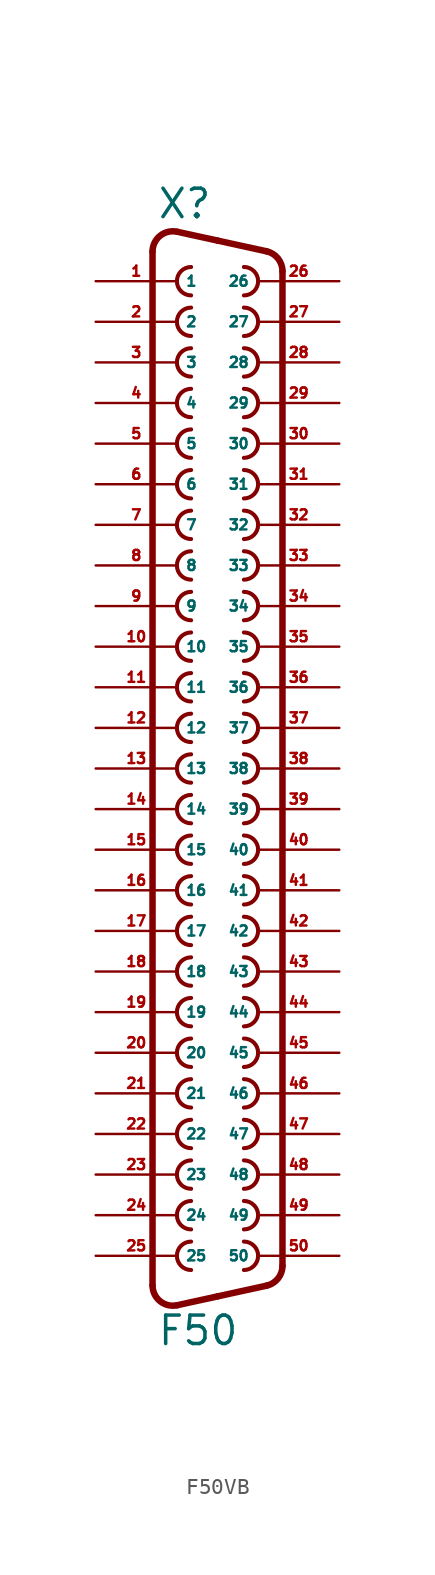
<source format=kicad_sym>
(kicad_symbol_lib
  (version 20220914)
  (generator Eagle2Kicad)
  (symbol "F50VB"
    (property "Reference" "X"
      (at -3.81 31.75 0)
      (effects (font (size 1.778 1.778) (thickness 0.22)) (justify left bottom)))
    (property "Value" "F50"
      (at -3.81 -38.735 0)
      (effects (font (size 1.778 1.778) (thickness 0.22)) (justify left bottom)))
    (arc
      (start -1.651 28.829)
      (mid -2.540 27.940)
      (end -1.651 27.051)
      (stroke (width 0.254) (type default))
      (fill (type none)))
    (arc
      (start 1.651 6.731)
      (mid 2.540 7.620)
      (end 1.651 8.509)
      (stroke (width 0.254) (type default))
      (fill (type none)))
    (arc
      (start -1.651 -14.351)
      (mid -2.540 -15.240)
      (end -1.651 -16.129)
      (stroke (width 0.254) (type default))
      (fill (type none)))
    (arc
      (start 1.651 4.191)
      (mid 2.540 5.080)
      (end 1.651 5.969)
      (stroke (width 0.254) (type default))
      (fill (type none)))
    (arc
      (start -1.651 26.289)
      (mid -2.540 25.400)
      (end -1.651 24.511)
      (stroke (width 0.254) (type default))
      (fill (type none)))
    (arc
      (start -1.651 23.749)
      (mid -2.540 22.860)
      (end -1.651 21.971)
      (stroke (width 0.254) (type default))
      (fill (type none)))
    (arc
      (start -1.651 -19.431)
      (mid -2.540 -20.320)
      (end -1.651 -21.209)
      (stroke (width 0.254) (type default))
      (fill (type none)))
    (arc
      (start 1.651 1.651)
      (mid 2.540 2.540)
      (end 1.651 3.429)
      (stroke (width 0.254) (type default))
      (fill (type none)))
    (arc
      (start -1.651 -21.971)
      (mid -2.540 -22.860)
      (end -1.651 -23.749)
      (stroke (width 0.254) (type default))
      (fill (type none)))
    (arc
      (start -1.651 21.209)
      (mid -2.540 20.320)
      (end -1.651 19.431)
      (stroke (width 0.254) (type default))
      (fill (type none)))
    (arc
      (start 1.651 -0.889)
      (mid 2.540 0.000)
      (end 1.651 0.889)
      (stroke (width 0.254) (type default))
      (fill (type none)))
    (arc
      (start -1.651 -16.891)
      (mid -2.540 -17.780)
      (end -1.651 -18.669)
      (stroke (width 0.254) (type default))
      (fill (type none)))
    (arc
      (start -1.651 18.669)
      (mid -2.540 17.780)
      (end -1.651 16.891)
      (stroke (width 0.254) (type default))
      (fill (type none)))
    (arc
      (start 1.651 -3.429)
      (mid 2.540 -2.540)
      (end 1.651 -1.651)
      (stroke (width 0.254) (type default))
      (fill (type none)))
    (arc
      (start -1.651 -24.511)
      (mid -2.540 -25.400)
      (end -1.651 -26.289)
      (stroke (width 0.254) (type default))
      (fill (type none)))
    (arc
      (start 1.651 -5.969)
      (mid 2.540 -5.080)
      (end 1.651 -4.191)
      (stroke (width 0.254) (type default))
      (fill (type none)))
    (arc
      (start -1.651 16.129)
      (mid -2.540 15.240)
      (end -1.651 14.351)
      (stroke (width 0.254) (type default))
      (fill (type none)))
    (arc
      (start -1.651 -27.051)
      (mid -2.540 -27.940)
      (end -1.651 -28.829)
      (stroke (width 0.254) (type default))
      (fill (type none)))
    (arc
      (start -1.651 13.589)
      (mid -2.540 12.700)
      (end -1.651 11.811)
      (stroke (width 0.254) (type default))
      (fill (type none)))
    (arc
      (start 1.651 -8.509)
      (mid 2.540 -7.620)
      (end 1.651 -6.731)
      (stroke (width 0.254) (type default))
      (fill (type none)))
    (arc
      (start -1.651 -29.591)
      (mid -2.540 -30.480)
      (end -1.651 -31.369)
      (stroke (width 0.254) (type default))
      (fill (type none)))
    (arc
      (start -1.651 11.049)
      (mid -2.540 10.160)
      (end -1.651 9.271)
      (stroke (width 0.254) (type default))
      (fill (type none)))
    (arc
      (start 1.651 -11.049)
      (mid 2.540 -10.160)
      (end 1.651 -9.271)
      (stroke (width 0.254) (type default))
      (fill (type none)))
    (arc
      (start -1.651 -32.131)
      (mid -2.540 -33.020)
      (end -1.651 -33.909)
      (stroke (width 0.254) (type default))
      (fill (type none)))
    (arc
      (start -1.651 8.509)
      (mid -2.540 7.620)
      (end -1.651 6.731)
      (stroke (width 0.254) (type default))
      (fill (type none)))
    (arc
      (start 1.651 -13.589)
      (mid 2.540 -12.700)
      (end 1.651 -11.811)
      (stroke (width 0.254) (type default))
      (fill (type none)))
    (arc
      (start 1.651 27.051)
      (mid 2.540 27.940)
      (end 1.651 28.829)
      (stroke (width 0.254) (type default))
      (fill (type none)))
    (arc
      (start -1.651 5.969)
      (mid -2.540 5.080)
      (end -1.651 4.191)
      (stroke (width 0.254) (type default))
      (fill (type none)))
    (arc
      (start 1.651 -16.129)
      (mid 2.540 -15.240)
      (end 1.651 -14.351)
      (stroke (width 0.254) (type default))
      (fill (type none)))
    (arc
      (start 1.651 24.511)
      (mid 2.540 25.400)
      (end 1.651 26.289)
      (stroke (width 0.254) (type default))
      (fill (type none)))
    (arc
      (start -1.651 3.429)
      (mid -2.540 2.540)
      (end -1.651 1.651)
      (stroke (width 0.254) (type default))
      (fill (type none)))
    (arc
      (start 1.651 -18.669)
      (mid 2.540 -17.780)
      (end 1.651 -16.891)
      (stroke (width 0.254) (type default))
      (fill (type none)))
    (arc
      (start 1.651 21.971)
      (mid 2.540 22.860)
      (end 1.651 23.749)
      (stroke (width 0.254) (type default))
      (fill (type none)))
    (arc
      (start -1.651 0.889)
      (mid -2.540 0.000)
      (end -1.651 -0.889)
      (stroke (width 0.254) (type default))
      (fill (type none)))
    (arc
      (start 1.651 -21.209)
      (mid 2.540 -20.320)
      (end 1.651 -19.431)
      (stroke (width 0.254) (type default))
      (fill (type none)))
    (arc
      (start 1.651 19.431)
      (mid 2.540 20.320)
      (end 1.651 21.209)
      (stroke (width 0.254) (type default))
      (fill (type none)))
    (arc
      (start -1.651 -1.651)
      (mid -2.540 -2.540)
      (end -1.651 -3.429)
      (stroke (width 0.254) (type default))
      (fill (type none)))
    (arc
      (start 1.651 -23.749)
      (mid 2.540 -22.860)
      (end 1.651 -21.971)
      (stroke (width 0.254) (type default))
      (fill (type none)))
    (arc
      (start 1.651 16.891)
      (mid 2.540 17.780)
      (end 1.651 18.669)
      (stroke (width 0.254) (type default))
      (fill (type none)))
    (arc
      (start -1.651 -4.191)
      (mid -2.540 -5.080)
      (end -1.651 -5.969)
      (stroke (width 0.254) (type default))
      (fill (type none)))
    (arc
      (start 1.651 -26.289)
      (mid 2.540 -25.400)
      (end 1.651 -24.511)
      (stroke (width 0.254) (type default))
      (fill (type none)))
    (arc
      (start 1.651 14.351)
      (mid 2.540 15.240)
      (end 1.651 16.129)
      (stroke (width 0.254) (type default))
      (fill (type none)))
    (arc
      (start -1.651 -6.731)
      (mid -2.540 -7.620)
      (end -1.651 -8.509)
      (stroke (width 0.254) (type default))
      (fill (type none)))
    (arc
      (start 1.651 -28.829)
      (mid 2.540 -27.940)
      (end 1.651 -27.051)
      (stroke (width 0.254) (type default))
      (fill (type none)))
    (arc
      (start 1.651 11.811)
      (mid 2.540 12.700)
      (end 1.651 13.589)
      (stroke (width 0.254) (type default))
      (fill (type none)))
    (arc
      (start -1.651 -9.271)
      (mid -2.540 -10.160)
      (end -1.651 -11.049)
      (stroke (width 0.254) (type default))
      (fill (type none)))
    (arc
      (start 1.651 -31.369)
      (mid 2.540 -30.480)
      (end 1.651 -29.591)
      (stroke (width 0.254) (type default))
      (fill (type none)))
    (arc
      (start 1.651 9.271)
      (mid 2.540 10.160)
      (end 1.651 11.049)
      (stroke (width 0.254) (type default))
      (fill (type none)))
    (arc
      (start -1.651 -11.811)
      (mid -2.540 -12.700)
      (end -1.651 -13.589)
      (stroke (width 0.254) (type default))
      (fill (type none)))
    (arc
      (start 1.651 -33.909)
      (mid 2.540 -33.020)
      (end 1.651 -32.131)
      (stroke (width 0.254) (type default))
      (fill (type none)))
    (arc
      (start -2.5226 31.032)
      (mid -3.590 30.781)
      (end -4.064 29.7912)
      (stroke (width 0.4064) (type default))
      (fill (type none)))
    (polyline
      (pts (xy -2.523 31.032) (xy 0 30.48))
      (stroke (width 0.406) (type default))
      (fill (type none)))
    (polyline
      (pts (xy 0 30.48) (xy 3.065 29.809))
      (stroke (width 0.406) (type default))
      (fill (type none)))
    (arc
      (start 4.0643 28.5688)
      (mid 3.783 29.365)
      (end 3.0654 29.8095)
      (stroke (width 0.4064) (type default))
      (fill (type none)))
    (polyline
      (pts (xy 4.064 -33.649) (xy 4.064 28.569))
      (stroke (width 0.406) (type default))
      (fill (type none)))
    (arc
      (start 3.0654 -34.8894)
      (mid 3.783 -34.445)
      (end 4.064 -33.6488)
      (stroke (width 0.4064) (type default))
      (fill (type none)))
    (polyline
      (pts (xy -4.064 -34.871) (xy -4.064 29.791))
      (stroke (width 0.406) (type default))
      (fill (type none)))
    (polyline
      (pts (xy -2.523 -36.112) (xy 0 -35.56))
      (stroke (width 0.406) (type default))
      (fill (type none)))
    (polyline
      (pts (xy 0 -35.56) (xy 3.065 -34.889))
      (stroke (width 0.406) (type default))
      (fill (type none)))
    (arc
      (start -4.064 -34.8712)
      (mid -3.590 -35.861)
      (end -2.5226 -36.1119)
      (stroke (width 0.4064) (type default))
      (fill (type none)))
    (pin passive line
      (at 7.62 7.62 180)
      (length 5.08)
      (name "34" (effects (font (size 0.635 0.635) (thickness 0.08)) (justify left bottom)))
      (number "34" (effects (font (size 0.635 0.635) (thickness 0.08)) (justify left bottom))))
    (pin passive line
      (at -7.62 -15.24 0)
      (length 5.08)
      (name "18" (effects (font (size 0.635 0.635) (thickness 0.08)) (justify left bottom)))
      (number "18" (effects (font (size 0.635 0.635) (thickness 0.08)) (justify left bottom))))
    (pin passive line
      (at 7.62 5.08 180)
      (length 5.08)
      (name "35" (effects (font (size 0.635 0.635) (thickness 0.08)) (justify left bottom)))
      (number "35" (effects (font (size 0.635 0.635) (thickness 0.08)) (justify left bottom))))
    (pin passive line
      (at -7.62 -17.78 0)
      (length 5.08)
      (name "19" (effects (font (size 0.635 0.635) (thickness 0.08)) (justify left bottom)))
      (number "19" (effects (font (size 0.635 0.635) (thickness 0.08)) (justify left bottom))))
    (pin passive line
      (at 7.62 2.54 180)
      (length 5.08)
      (name "36" (effects (font (size 0.635 0.635) (thickness 0.08)) (justify left bottom)))
      (number "36" (effects (font (size 0.635 0.635) (thickness 0.08)) (justify left bottom))))
    (pin passive line
      (at -7.62 -20.32 0)
      (length 5.08)
      (name "20" (effects (font (size 0.635 0.635) (thickness 0.08)) (justify left bottom)))
      (number "20" (effects (font (size 0.635 0.635) (thickness 0.08)) (justify left bottom))))
    (pin passive line
      (at 7.62 0 180)
      (length 5.08)
      (name "37" (effects (font (size 0.635 0.635) (thickness 0.08)) (justify left bottom)))
      (number "37" (effects (font (size 0.635 0.635) (thickness 0.08)) (justify left bottom))))
    (pin passive line
      (at -7.62 -22.86 0)
      (length 5.08)
      (name "21" (effects (font (size 0.635 0.635) (thickness 0.08)) (justify left bottom)))
      (number "21" (effects (font (size 0.635 0.635) (thickness 0.08)) (justify left bottom))))
    (pin passive line
      (at 7.62 -2.54 180)
      (length 5.08)
      (name "38" (effects (font (size 0.635 0.635) (thickness 0.08)) (justify left bottom)))
      (number "38" (effects (font (size 0.635 0.635) (thickness 0.08)) (justify left bottom))))
    (pin passive line
      (at -7.62 -25.4 0)
      (length 5.08)
      (name "22" (effects (font (size 0.635 0.635) (thickness 0.08)) (justify left bottom)))
      (number "22" (effects (font (size 0.635 0.635) (thickness 0.08)) (justify left bottom))))
    (pin passive line
      (at 7.62 -5.08 180)
      (length 5.08)
      (name "39" (effects (font (size 0.635 0.635) (thickness 0.08)) (justify left bottom)))
      (number "39" (effects (font (size 0.635 0.635) (thickness 0.08)) (justify left bottom))))
    (pin passive line
      (at -7.62 -27.94 0)
      (length 5.08)
      (name "23" (effects (font (size 0.635 0.635) (thickness 0.08)) (justify left bottom)))
      (number "23" (effects (font (size 0.635 0.635) (thickness 0.08)) (justify left bottom))))
    (pin passive line
      (at 7.62 -7.62 180)
      (length 5.08)
      (name "40" (effects (font (size 0.635 0.635) (thickness 0.08)) (justify left bottom)))
      (number "40" (effects (font (size 0.635 0.635) (thickness 0.08)) (justify left bottom))))
    (pin passive line
      (at -7.62 -30.48 0)
      (length 5.08)
      (name "24" (effects (font (size 0.635 0.635) (thickness 0.08)) (justify left bottom)))
      (number "24" (effects (font (size 0.635 0.635) (thickness 0.08)) (justify left bottom))))
    (pin passive line
      (at 7.62 -10.16 180)
      (length 5.08)
      (name "41" (effects (font (size 0.635 0.635) (thickness 0.08)) (justify left bottom)))
      (number "41" (effects (font (size 0.635 0.635) (thickness 0.08)) (justify left bottom))))
    (pin passive line
      (at -7.62 -33.02 0)
      (length 5.08)
      (name "25" (effects (font (size 0.635 0.635) (thickness 0.08)) (justify left bottom)))
      (number "25" (effects (font (size 0.635 0.635) (thickness 0.08)) (justify left bottom))))
    (pin passive line
      (at 7.62 -12.7 180)
      (length 5.08)
      (name "42" (effects (font (size 0.635 0.635) (thickness 0.08)) (justify left bottom)))
      (number "42" (effects (font (size 0.635 0.635) (thickness 0.08)) (justify left bottom))))
    (pin passive line
      (at 7.62 27.94 180)
      (length 5.08)
      (name "26" (effects (font (size 0.635 0.635) (thickness 0.08)) (justify left bottom)))
      (number "26" (effects (font (size 0.635 0.635) (thickness 0.08)) (justify left bottom))))
    (pin passive line
      (at 7.62 -15.24 180)
      (length 5.08)
      (name "43" (effects (font (size 0.635 0.635) (thickness 0.08)) (justify left bottom)))
      (number "43" (effects (font (size 0.635 0.635) (thickness 0.08)) (justify left bottom))))
    (pin passive line
      (at 7.62 25.4 180)
      (length 5.08)
      (name "27" (effects (font (size 0.635 0.635) (thickness 0.08)) (justify left bottom)))
      (number "27" (effects (font (size 0.635 0.635) (thickness 0.08)) (justify left bottom))))
    (pin passive line
      (at 7.62 -17.78 180)
      (length 5.08)
      (name "44" (effects (font (size 0.635 0.635) (thickness 0.08)) (justify left bottom)))
      (number "44" (effects (font (size 0.635 0.635) (thickness 0.08)) (justify left bottom))))
    (pin passive line
      (at 7.62 22.86 180)
      (length 5.08)
      (name "28" (effects (font (size 0.635 0.635) (thickness 0.08)) (justify left bottom)))
      (number "28" (effects (font (size 0.635 0.635) (thickness 0.08)) (justify left bottom))))
    (pin passive line
      (at 7.62 -20.32 180)
      (length 5.08)
      (name "45" (effects (font (size 0.635 0.635) (thickness 0.08)) (justify left bottom)))
      (number "45" (effects (font (size 0.635 0.635) (thickness 0.08)) (justify left bottom))))
    (pin passive line
      (at 7.62 20.32 180)
      (length 5.08)
      (name "29" (effects (font (size 0.635 0.635) (thickness 0.08)) (justify left bottom)))
      (number "29" (effects (font (size 0.635 0.635) (thickness 0.08)) (justify left bottom))))
    (pin passive line
      (at 7.62 -22.86 180)
      (length 5.08)
      (name "46" (effects (font (size 0.635 0.635) (thickness 0.08)) (justify left bottom)))
      (number "46" (effects (font (size 0.635 0.635) (thickness 0.08)) (justify left bottom))))
    (pin passive line
      (at 7.62 17.78 180)
      (length 5.08)
      (name "30" (effects (font (size 0.635 0.635) (thickness 0.08)) (justify left bottom)))
      (number "30" (effects (font (size 0.635 0.635) (thickness 0.08)) (justify left bottom))))
    (pin passive line
      (at 7.62 -25.4 180)
      (length 5.08)
      (name "47" (effects (font (size 0.635 0.635) (thickness 0.08)) (justify left bottom)))
      (number "47" (effects (font (size 0.635 0.635) (thickness 0.08)) (justify left bottom))))
    (pin passive line
      (at 7.62 15.24 180)
      (length 5.08)
      (name "31" (effects (font (size 0.635 0.635) (thickness 0.08)) (justify left bottom)))
      (number "31" (effects (font (size 0.635 0.635) (thickness 0.08)) (justify left bottom))))
    (pin passive line
      (at 7.62 -27.94 180)
      (length 5.08)
      (name "48" (effects (font (size 0.635 0.635) (thickness 0.08)) (justify left bottom)))
      (number "48" (effects (font (size 0.635 0.635) (thickness 0.08)) (justify left bottom))))
    (pin passive line
      (at 7.62 12.7 180)
      (length 5.08)
      (name "32" (effects (font (size 0.635 0.635) (thickness 0.08)) (justify left bottom)))
      (number "32" (effects (font (size 0.635 0.635) (thickness 0.08)) (justify left bottom))))
    (pin passive line
      (at 7.62 -30.48 180)
      (length 5.08)
      (name "49" (effects (font (size 0.635 0.635) (thickness 0.08)) (justify left bottom)))
      (number "49" (effects (font (size 0.635 0.635) (thickness 0.08)) (justify left bottom))))
    (pin passive line
      (at 7.62 10.16 180)
      (length 5.08)
      (name "33" (effects (font (size 0.635 0.635) (thickness 0.08)) (justify left bottom)))
      (number "33" (effects (font (size 0.635 0.635) (thickness 0.08)) (justify left bottom))))
    (pin passive line
      (at 7.62 -33.02 180)
      (length 5.08)
      (name "50" (effects (font (size 0.635 0.635) (thickness 0.08)) (justify left bottom)))
      (number "50" (effects (font (size 0.635 0.635) (thickness 0.08)) (justify left bottom))))
    (pin passive line
      (at -7.62 27.94 0)
      (length 5.08)
      (name "1" (effects (font (size 0.635 0.635) (thickness 0.08)) (justify left bottom)))
      (number "1" (effects (font (size 0.635 0.635) (thickness 0.08)) (justify left bottom))))
    (pin passive line
      (at -7.62 25.4 0)
      (length 5.08)
      (name "2" (effects (font (size 0.635 0.635) (thickness 0.08)) (justify left bottom)))
      (number "2" (effects (font (size 0.635 0.635) (thickness 0.08)) (justify left bottom))))
    (pin passive line
      (at -7.62 22.86 0)
      (length 5.08)
      (name "3" (effects (font (size 0.635 0.635) (thickness 0.08)) (justify left bottom)))
      (number "3" (effects (font (size 0.635 0.635) (thickness 0.08)) (justify left bottom))))
    (pin passive line
      (at -7.62 20.32 0)
      (length 5.08)
      (name "4" (effects (font (size 0.635 0.635) (thickness 0.08)) (justify left bottom)))
      (number "4" (effects (font (size 0.635 0.635) (thickness 0.08)) (justify left bottom))))
    (pin passive line
      (at -7.62 17.78 0)
      (length 5.08)
      (name "5" (effects (font (size 0.635 0.635) (thickness 0.08)) (justify left bottom)))
      (number "5" (effects (font (size 0.635 0.635) (thickness 0.08)) (justify left bottom))))
    (pin passive line
      (at -7.62 15.24 0)
      (length 5.08)
      (name "6" (effects (font (size 0.635 0.635) (thickness 0.08)) (justify left bottom)))
      (number "6" (effects (font (size 0.635 0.635) (thickness 0.08)) (justify left bottom))))
    (pin passive line
      (at -7.62 12.7 0)
      (length 5.08)
      (name "7" (effects (font (size 0.635 0.635) (thickness 0.08)) (justify left bottom)))
      (number "7" (effects (font (size 0.635 0.635) (thickness 0.08)) (justify left bottom))))
    (pin passive line
      (at -7.62 10.16 0)
      (length 5.08)
      (name "8" (effects (font (size 0.635 0.635) (thickness 0.08)) (justify left bottom)))
      (number "8" (effects (font (size 0.635 0.635) (thickness 0.08)) (justify left bottom))))
    (pin passive line
      (at -7.62 7.62 0)
      (length 5.08)
      (name "9" (effects (font (size 0.635 0.635) (thickness 0.08)) (justify left bottom)))
      (number "9" (effects (font (size 0.635 0.635) (thickness 0.08)) (justify left bottom))))
    (pin passive line
      (at -7.62 5.08 0)
      (length 5.08)
      (name "10" (effects (font (size 0.635 0.635) (thickness 0.08)) (justify left bottom)))
      (number "10" (effects (font (size 0.635 0.635) (thickness 0.08)) (justify left bottom))))
    (pin passive line
      (at -7.62 2.54 0)
      (length 5.08)
      (name "11" (effects (font (size 0.635 0.635) (thickness 0.08)) (justify left bottom)))
      (number "11" (effects (font (size 0.635 0.635) (thickness 0.08)) (justify left bottom))))
    (pin passive line
      (at -7.62 0 0)
      (length 5.08)
      (name "12" (effects (font (size 0.635 0.635) (thickness 0.08)) (justify left bottom)))
      (number "12" (effects (font (size 0.635 0.635) (thickness 0.08)) (justify left bottom))))
    (pin passive line
      (at -7.62 -2.54 0)
      (length 5.08)
      (name "13" (effects (font (size 0.635 0.635) (thickness 0.08)) (justify left bottom)))
      (number "13" (effects (font (size 0.635 0.635) (thickness 0.08)) (justify left bottom))))
    (pin passive line
      (at -7.62 -5.08 0)
      (length 5.08)
      (name "14" (effects (font (size 0.635 0.635) (thickness 0.08)) (justify left bottom)))
      (number "14" (effects (font (size 0.635 0.635) (thickness 0.08)) (justify left bottom))))
    (pin passive line
      (at -7.62 -7.62 0)
      (length 5.08)
      (name "15" (effects (font (size 0.635 0.635) (thickness 0.08)) (justify left bottom)))
      (number "15" (effects (font (size 0.635 0.635) (thickness 0.08)) (justify left bottom))))
    (pin passive line
      (at -7.62 -10.16 0)
      (length 5.08)
      (name "16" (effects (font (size 0.635 0.635) (thickness 0.08)) (justify left bottom)))
      (number "16" (effects (font (size 0.635 0.635) (thickness 0.08)) (justify left bottom))))
    (pin passive line
      (at -7.62 -12.7 0)
      (length 5.08)
      (name "17" (effects (font (size 0.635 0.635) (thickness 0.08)) (justify left bottom)))
      (number "17" (effects (font (size 0.635 0.635) (thickness 0.08)) (justify left bottom))))))
</source>
